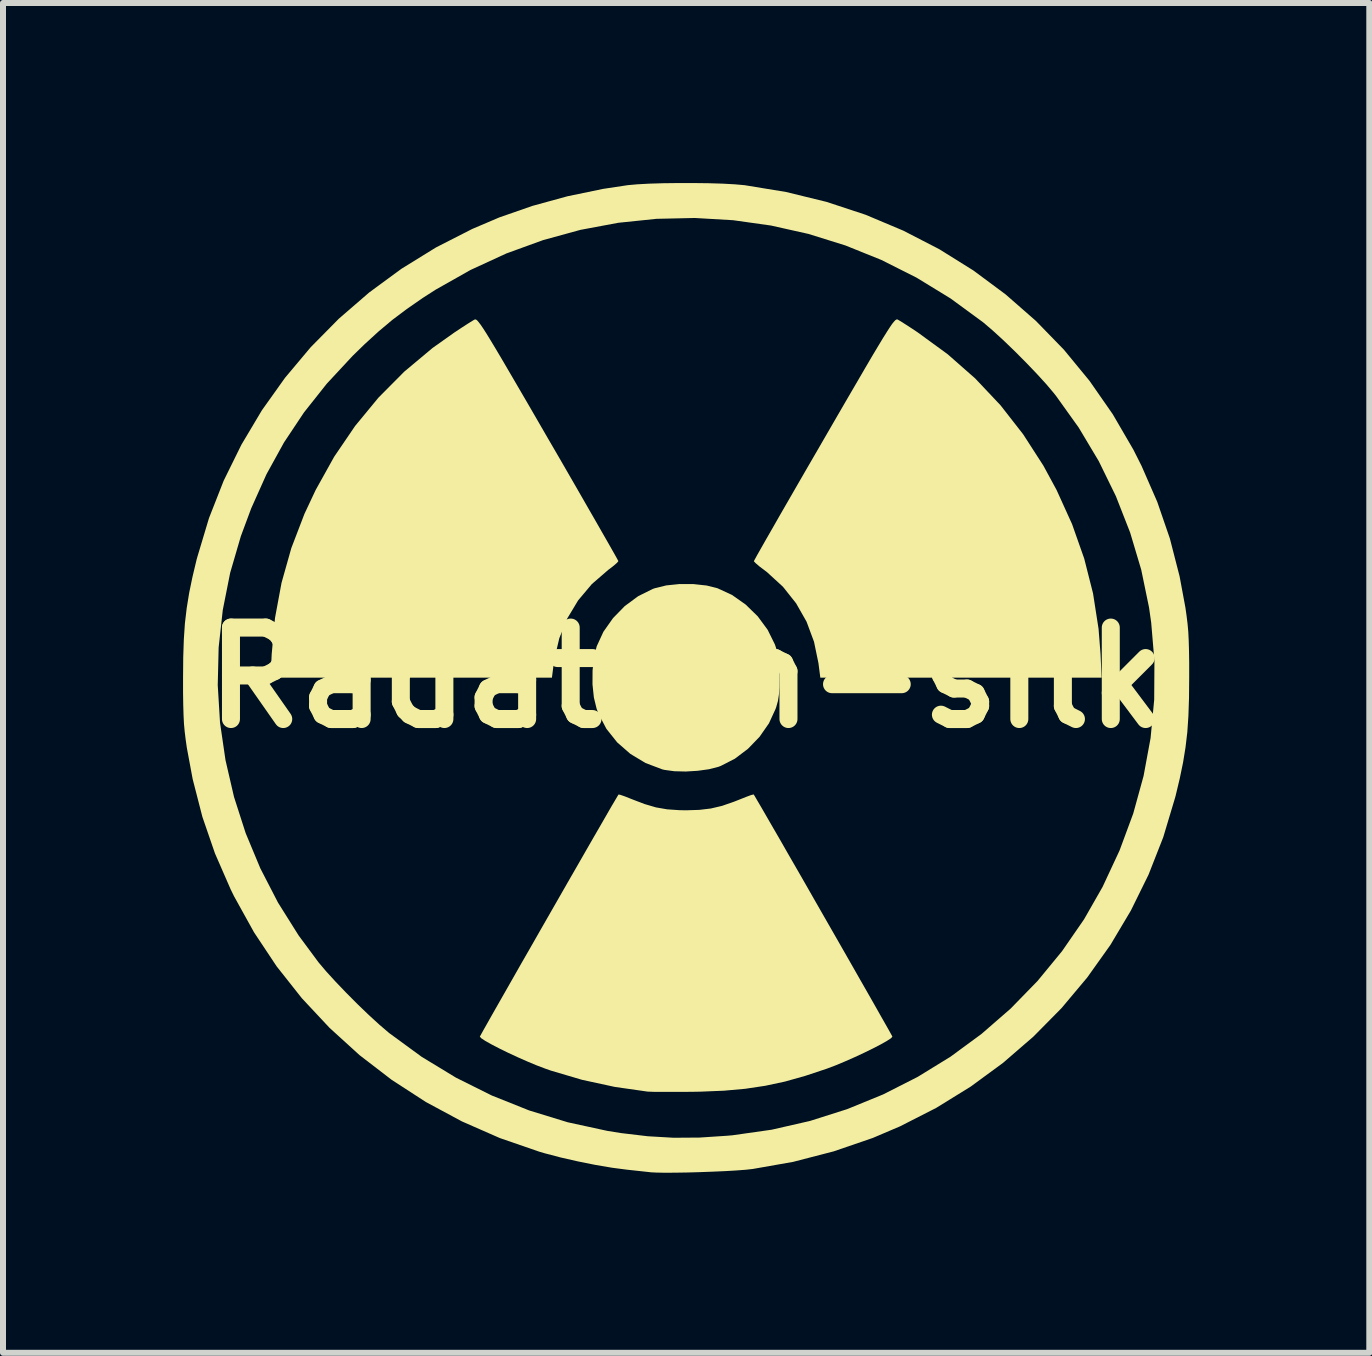
<source format=kicad_pcb>
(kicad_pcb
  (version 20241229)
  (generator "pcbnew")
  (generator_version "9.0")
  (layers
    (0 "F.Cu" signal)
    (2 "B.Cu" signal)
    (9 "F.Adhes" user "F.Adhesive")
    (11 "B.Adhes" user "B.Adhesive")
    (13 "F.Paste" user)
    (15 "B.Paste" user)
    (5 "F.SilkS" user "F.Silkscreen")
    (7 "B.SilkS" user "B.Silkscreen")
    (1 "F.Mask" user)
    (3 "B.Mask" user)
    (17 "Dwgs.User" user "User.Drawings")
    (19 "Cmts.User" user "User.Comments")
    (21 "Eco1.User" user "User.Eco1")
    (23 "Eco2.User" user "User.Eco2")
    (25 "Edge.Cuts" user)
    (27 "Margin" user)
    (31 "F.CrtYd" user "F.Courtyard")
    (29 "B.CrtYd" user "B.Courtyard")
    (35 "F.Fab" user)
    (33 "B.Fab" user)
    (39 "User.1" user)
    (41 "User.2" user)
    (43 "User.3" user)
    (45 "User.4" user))
  (footprint "Radation-silk"
    (layer "F.Cu")
    (at 8.382 8.241)
    (property "Reference" "Radation-silk" (at 0 0 0) (layer "F.SilkS") (effects (font (size 1.524 1.524) (thickness 0.3))))
    (attr board_only exclude_from_pos_files exclude_from_bom)
    (fp_poly (pts (xy 0.123 -1.559) (xy 0.343 -1.535) (xy 0.522 -1.49) (xy 0.765 -1.378) (xy 0.992 -1.218) (xy 1.193 -1.022) (xy 1.358 -0.798) (xy 1.478 -0.556) (xy 1.49 -0.522) (xy 1.522 -0.419) (xy 1.542 -0.319) (xy 1.553 -0.205) (xy 1.557 -0.057) (xy 1.557 0) (xy 1.555 0.162) (xy 1.546 0.285) (xy 1.53 0.388) (xy 1.502 0.488) (xy 1.49 0.522) (xy 1.38 0.761) (xy 1.224 0.985) (xy 1.031 1.185) (xy 0.813 1.35) (xy 0.579 1.47) (xy 0.537 1.486) (xy 0.38 1.526) (xy 0.192 1.552) (xy -0.007 1.564) (xy -0.197 1.559) (xy -0.359 1.537) (xy -0.397 1.528) (xy -0.677 1.422) (xy -0.929 1.27) (xy -1.148 1.079) (xy -1.328 0.853) (xy -1.462 0.597) (xy -1.491 0.519) (xy -1.537 0.331) (xy -1.56 0.112) (xy -1.559 -0.118) (xy -1.536 -0.338) (xy -1.49 -0.522) (xy -1.378 -0.765) (xy -1.218 -0.992) (xy -1.022 -1.193) (xy -0.798 -1.358) (xy -0.556 -1.478) (xy -0.522 -1.49) (xy -0.331 -1.537) (xy -0.109 -1.56)) (stroke (width 0) (type solid)) (fill yes) (layer "F.SilkS"))
    (fp_poly (pts (xy -3.5 -5.966) (xy -3.481 -5.952) (xy -3.457 -5.924) (xy -3.424 -5.881) (xy -3.381 -5.818) (xy -3.326 -5.732) (xy -3.258 -5.621) (xy -3.173 -5.48) (xy -3.071 -5.308) (xy -2.95 -5.101) (xy -2.807 -4.856) (xy -2.64 -4.57) (xy -2.449 -4.24) (xy -2.298 -3.979) (xy -2.117 -3.668) (xy -1.945 -3.37) (xy -1.784 -3.091) (xy -1.636 -2.833) (xy -1.502 -2.6) (xy -1.386 -2.397) (xy -1.288 -2.226) (xy -1.212 -2.092) (xy -1.159 -1.998) (xy -1.132 -1.948) (xy -1.129 -1.941) (xy -1.15 -1.915) (xy -1.206 -1.866) (xy -1.286 -1.804) (xy -1.3 -1.794) (xy -1.571 -1.559) (xy -1.799 -1.288) (xy -1.98 -0.987) (xy -2.113 -0.657) (xy -2.196 -0.304) (xy -2.205 -0.241) (xy -2.236 0) (xy -6.923 0) (xy -6.905 -0.393) (xy -6.85 -0.994) (xy -6.741 -1.581) (xy -6.578 -2.159) (xy -6.359 -2.73) (xy -6.173 -3.126) (xy -5.864 -3.681) (xy -5.515 -4.194) (xy -5.126 -4.666) (xy -4.696 -5.099) (xy -4.225 -5.493) (xy -3.857 -5.754) (xy -3.742 -5.83) (xy -3.64 -5.896) (xy -3.563 -5.944) (xy -3.526 -5.966) (xy -3.514 -5.969)) (stroke (width 0) (type solid)) (fill yes) (layer "F.SilkS"))
    (fp_poly (pts (xy 3.526 -5.966) (xy 3.574 -5.938) (xy 3.656 -5.886) (xy 3.761 -5.818) (xy 3.857 -5.754) (xy 4.359 -5.388) (xy 4.818 -4.984) (xy 5.237 -4.54) (xy 5.615 -4.056) (xy 5.953 -3.532) (xy 6.173 -3.126) (xy 6.431 -2.557) (xy 6.633 -1.984) (xy 6.78 -1.404) (xy 6.872 -0.813) (xy 6.905 -0.393) (xy 6.923 0) (xy 2.236 0) (xy 2.205 -0.241) (xy 2.131 -0.598) (xy 2.007 -0.932) (xy 1.833 -1.238) (xy 1.614 -1.514) (xy 1.35 -1.756) (xy 1.3 -1.794) (xy 1.217 -1.857) (xy 1.157 -1.909) (xy 1.129 -1.939) (xy 1.129 -1.941) (xy 1.143 -1.968) (xy 1.183 -2.041) (xy 1.248 -2.156) (xy 1.335 -2.309) (xy 1.443 -2.497) (xy 1.568 -2.716) (xy 1.71 -2.962) (xy 1.865 -3.231) (xy 2.032 -3.52) (xy 2.209 -3.825) (xy 2.298 -3.979) (xy 2.508 -4.342) (xy 2.692 -4.659) (xy 2.852 -4.933) (xy 2.988 -5.167) (xy 3.103 -5.363) (xy 3.2 -5.525) (xy 3.279 -5.656) (xy 3.344 -5.76) (xy 3.395 -5.839) (xy 3.434 -5.896) (xy 3.465 -5.934) (xy 3.487 -5.957) (xy 3.505 -5.968) (xy 3.518 -5.969)) (stroke (width 0) (type solid)) (fill yes) (layer "F.SilkS"))
    (fp_poly (pts (xy 1.126 1.947) (xy 1.144 1.975) (xy 1.187 2.049) (xy 1.254 2.163) (xy 1.34 2.312) (xy 1.445 2.494) (xy 1.565 2.701) (xy 1.697 2.932) (xy 1.84 3.18) (xy 1.99 3.441) (xy 2.144 3.711) (xy 2.301 3.985) (xy 2.458 4.259) (xy 2.612 4.528) (xy 2.76 4.787) (xy 2.9 5.033) (xy 3.03 5.26) (xy 3.146 5.464) (xy 3.246 5.641) (xy 3.328 5.785) (xy 3.389 5.893) (xy 3.426 5.96) (xy 3.437 5.981) (xy 3.415 6.007) (xy 3.348 6.051) (xy 3.246 6.109) (xy 3.117 6.176) (xy 2.968 6.249) (xy 2.809 6.323) (xy 2.648 6.394) (xy 2.493 6.459) (xy 2.353 6.512) (xy 2.345 6.515) (xy 1.984 6.635) (xy 1.647 6.73) (xy 1.319 6.8) (xy 0.986 6.85) (xy 0.63 6.882) (xy 0.239 6.898) (xy 0.129 6.9) (xy -0.067 6.902) (xy -0.249 6.902) (xy -0.409 6.902) (xy -0.536 6.901) (xy -0.621 6.898) (xy -0.643 6.897) (xy -1.188 6.819) (xy -1.733 6.701) (xy -2.254 6.547) (xy -2.345 6.515) (xy -2.485 6.462) (xy -2.639 6.398) (xy -2.8 6.327) (xy -2.96 6.253) (xy -3.109 6.18) (xy -3.24 6.112) (xy -3.344 6.054) (xy -3.412 6.009) (xy -3.437 5.982) (xy -3.437 5.981) (xy -3.422 5.954) (xy -3.382 5.881) (xy -3.318 5.768) (xy -3.234 5.619) (xy -3.131 5.438) (xy -3.013 5.231) (xy -2.882 5.001) (xy -2.741 4.753) (xy -2.591 4.492) (xy -2.437 4.222) (xy -2.28 3.948) (xy -2.123 3.674) (xy -1.969 3.405) (xy -1.82 3.146) (xy -1.679 2.9) (xy -1.548 2.672) (xy -1.43 2.468) (xy -1.328 2.291) (xy -1.244 2.145) (xy -1.18 2.037) (xy -1.14 1.969) (xy -1.126 1.947) (xy -1.098 1.952) (xy -1.03 1.975) (xy -0.936 2.012) (xy -0.909 2.023) (xy -0.692 2.106) (xy -0.501 2.162) (xy -0.315 2.194) (xy -0.111 2.208) (xy 0 2.21) (xy 0.22 2.203) (xy 0.412 2.18) (xy 0.599 2.136) (xy 0.8 2.066) (xy 0.909 2.023) (xy 1.007 1.984) (xy 1.083 1.956) (xy 1.123 1.946)) (stroke (width 0) (type solid)) (fill yes) (layer "F.SilkS"))
    (fp_poly (pts (xy 0.377 -8.238) (xy 0.61 -8.231) (xy 0.811 -8.22) (xy 0.968 -8.206) (xy 0.971 -8.206) (xy 1.666 -8.092) (xy 2.341 -7.927) (xy 2.992 -7.712) (xy 3.619 -7.448) (xy 4.218 -7.139) (xy 4.787 -6.784) (xy 5.324 -6.385) (xy 5.827 -5.945) (xy 6.294 -5.465) (xy 6.721 -4.946) (xy 7.108 -4.39) (xy 7.452 -3.799) (xy 7.588 -3.529) (xy 7.85 -2.929) (xy 8.06 -2.319) (xy 8.222 -1.689) (xy 8.319 -1.168) (xy 8.339 -1.027) (xy 8.355 -0.896) (xy 8.367 -0.764) (xy 8.374 -0.619) (xy 8.379 -0.45) (xy 8.382 -0.246) (xy 8.382 0) (xy 8.379 0.34) (xy 8.369 0.638) (xy 8.351 0.906) (xy 8.321 1.16) (xy 8.28 1.413) (xy 8.225 1.679) (xy 8.155 1.972) (xy 8.144 2.011) (xy 7.95 2.658) (xy 7.705 3.282) (xy 7.41 3.881) (xy 7.069 4.454) (xy 6.683 4.996) (xy 6.255 5.506) (xy 5.787 5.98) (xy 5.282 6.417) (xy 4.741 6.814) (xy 4.168 7.168) (xy 3.564 7.476) (xy 3.111 7.669) (xy 2.458 7.893) (xy 1.782 8.068) (xy 1.111 8.186) (xy 0.995 8.199) (xy 0.837 8.211) (xy 0.65 8.222) (xy 0.443 8.231) (xy 0.228 8.239) (xy 0.015 8.245) (xy -0.185 8.248) (xy -0.361 8.249) (xy -0.502 8.246) (xy -0.597 8.241) (xy -0.6 8.24) (xy -0.672 8.232) (xy -0.783 8.22) (xy -0.913 8.206) (xy -0.986 8.198) (xy -1.231 8.166) (xy -1.509 8.119) (xy -1.803 8.06) (xy -2.092 7.994) (xy -2.355 7.925) (xy -2.444 7.899) (xy -3.104 7.671) (xy -3.735 7.394) (xy -4.337 7.07) (xy -4.906 6.701) (xy -5.442 6.289) (xy -5.941 5.835) (xy -6.402 5.342) (xy -6.822 4.811) (xy -7.199 4.244) (xy -7.532 3.643) (xy -7.588 3.529) (xy -7.85 2.929) (xy -8.06 2.319) (xy -8.222 1.689) (xy -8.319 1.168) (xy -8.339 1.027) (xy -8.355 0.896) (xy -8.367 0.764) (xy -8.374 0.619) (xy -8.379 0.45) (xy -8.382 0.246) (xy -8.382 0.124) (xy -7.804 0.124) (xy -7.766 0.751) (xy -7.675 1.373) (xy -7.533 1.987) (xy -7.339 2.59) (xy -7.094 3.178) (xy -6.8 3.748) (xy -6.456 4.296) (xy -6.125 4.743) (xy -6 4.891) (xy -5.843 5.063) (xy -5.664 5.25) (xy -5.475 5.44) (xy -5.287 5.621) (xy -5.112 5.781) (xy -4.96 5.911) (xy -4.943 5.925) (xy -4.404 6.319) (xy -3.834 6.665) (xy -3.236 6.963) (xy -2.615 7.211) (xy -1.973 7.408) (xy -1.315 7.551) (xy -1.086 7.588) (xy -0.639 7.641) (xy -0.21 7.666) (xy 0.222 7.663) (xy 0.678 7.633) (xy 0.771 7.625) (xy 1.425 7.532) (xy 2.064 7.386) (xy 2.684 7.189) (xy 3.283 6.944) (xy 3.858 6.652) (xy 4.406 6.315) (xy 4.923 5.935) (xy 5.407 5.514) (xy 5.855 5.054) (xy 6.263 4.558) (xy 6.63 4.027) (xy 6.939 3.486) (xy 7.222 2.879) (xy 7.45 2.263) (xy 7.622 1.638) (xy 7.739 1.005) (xy 7.799 0.368) (xy 7.803 -0.274) (xy 7.749 -0.917) (xy 7.713 -1.169) (xy 7.583 -1.798) (xy 7.398 -2.418) (xy 7.161 -3.023) (xy 6.875 -3.608) (xy 6.541 -4.167) (xy 6.163 -4.695) (xy 6.125 -4.743) (xy 6 -4.891) (xy 5.843 -5.063) (xy 5.664 -5.25) (xy 5.475 -5.44) (xy 5.287 -5.621) (xy 5.112 -5.781) (xy 4.96 -5.911) (xy 4.943 -5.925) (xy 4.403 -6.32) (xy 3.839 -6.665) (xy 3.255 -6.959) (xy 2.655 -7.201) (xy 2.04 -7.393) (xy 1.415 -7.533) (xy 0.782 -7.622) (xy 0.145 -7.659) (xy -0.493 -7.645) (xy -1.13 -7.579) (xy -1.761 -7.461) (xy -2.384 -7.29) (xy -2.995 -7.068) (xy -3.592 -6.793) (xy -4.171 -6.466) (xy -4.386 -6.328) (xy -4.653 -6.143) (xy -4.895 -5.961) (xy -5.126 -5.767) (xy -5.362 -5.551) (xy -5.559 -5.359) (xy -5.988 -4.897) (xy -6.367 -4.419) (xy -6.7 -3.919) (xy -6.992 -3.389) (xy -7.246 -2.822) (xy -7.419 -2.357) (xy -7.597 -1.747) (xy -7.72 -1.128) (xy -7.789 -0.503) (xy -7.804 0.124) (xy -8.382 0.124) (xy -8.382 0) (xy -8.379 -0.34) (xy -8.369 -0.638) (xy -8.351 -0.906) (xy -8.321 -1.16) (xy -8.28 -1.413) (xy -8.225 -1.679) (xy -8.155 -1.972) (xy -8.144 -2.011) (xy -7.95 -2.658) (xy -7.705 -3.282) (xy -7.41 -3.881) (xy -7.069 -4.454) (xy -6.683 -4.996) (xy -6.255 -5.506) (xy -5.787 -5.98) (xy -5.282 -6.417) (xy -4.741 -6.814) (xy -4.168 -7.168) (xy -3.564 -7.476) (xy -3.111 -7.669) (xy -2.559 -7.861) (xy -1.976 -8.021) (xy -1.382 -8.144) (xy -0.971 -8.206) (xy -0.815 -8.22) (xy -0.615 -8.231) (xy -0.383 -8.238) (xy -0.132 -8.241) (xy 0.126 -8.241)) (stroke (width 0) (type solid)) (fill yes) (layer "F.SilkS")))
  (gr_rect
    (start -3 -3)
    (end 19.765 19.49)
    (stroke (width 0.1) (type default))
    (fill no)
    (layer "Edge.Cuts")))
</source>
